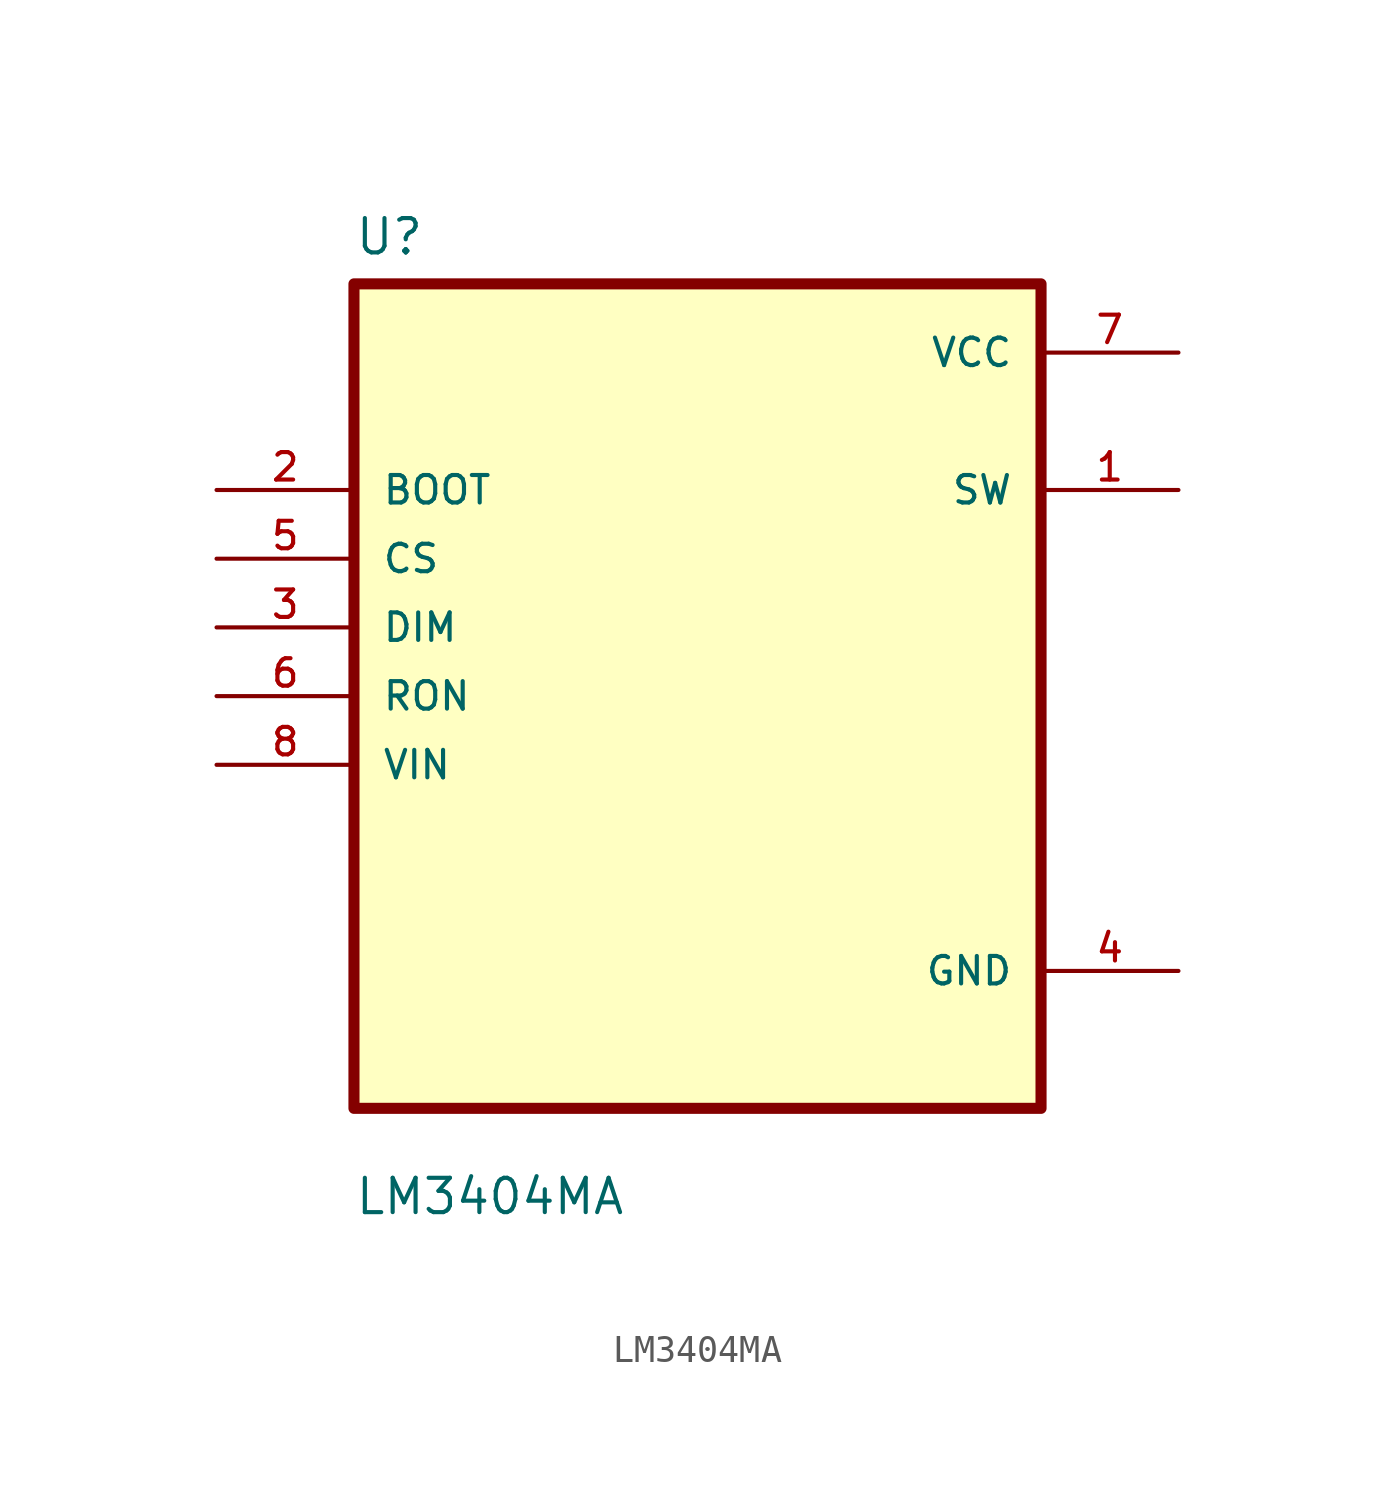
<source format=kicad_sym>
(kicad_symbol_lib
  (version 20211014)
  (generator kicad_symbol_editor)
  (symbol "LM3404MA"
    (pin_names
      (offset 1.016))
    (property "Reference" "U"
      (at -12.7 16.24 0.0)
      (effects (font (size 1.27 1.27)) (justify bottom left)))
    (property "Value" "LM3404MA"
      (at -12.7 -19.24 0.0)
      (effects (font (size 1.27 1.27)) (justify bottom left)))
    (symbol "LM3404MA_0_0"
      (rectangle (start -12.7 -15.24) (end 12.7 15.24) (stroke (width 0.41)) (fill (type background)))
      (pin input line (at -17.78 7.62 0) (length 5.08) (name "BOOT" (effects (font (size 1.016 1.016)))) (number "2" (effects (font (size 1.016 1.016)))))
      (pin input line (at -17.78 5.08 0) (length 5.08) (name "CS" (effects (font (size 1.016 1.016)))) (number "5" (effects (font (size 1.016 1.016)))))
      (pin input line (at -17.78 2.54 0) (length 5.08) (name "DIM" (effects (font (size 1.016 1.016)))) (number "3" (effects (font (size 1.016 1.016)))))
      (pin input line (at -17.78 0.0 0) (length 5.08) (name "RON" (effects (font (size 1.016 1.016)))) (number "6" (effects (font (size 1.016 1.016)))))
      (pin input line (at -17.78 -2.54 0) (length 5.08) (name "VIN" (effects (font (size 1.016 1.016)))) (number "8" (effects (font (size 1.016 1.016)))))
      (pin power_in line (at 17.78 12.7 180.0) (length 5.08) (name "VCC" (effects (font (size 1.016 1.016)))) (number "7" (effects (font (size 1.016 1.016)))))
      (pin output line (at 17.78 7.62 180.0) (length 5.08) (name "SW" (effects (font (size 1.016 1.016)))) (number "1" (effects (font (size 1.016 1.016)))))
      (pin power_in line (at 17.78 -10.16 180.0) (length 5.08) (name "GND" (effects (font (size 1.016 1.016)))) (number "4" (effects (font (size 1.016 1.016))))))))
</source>
